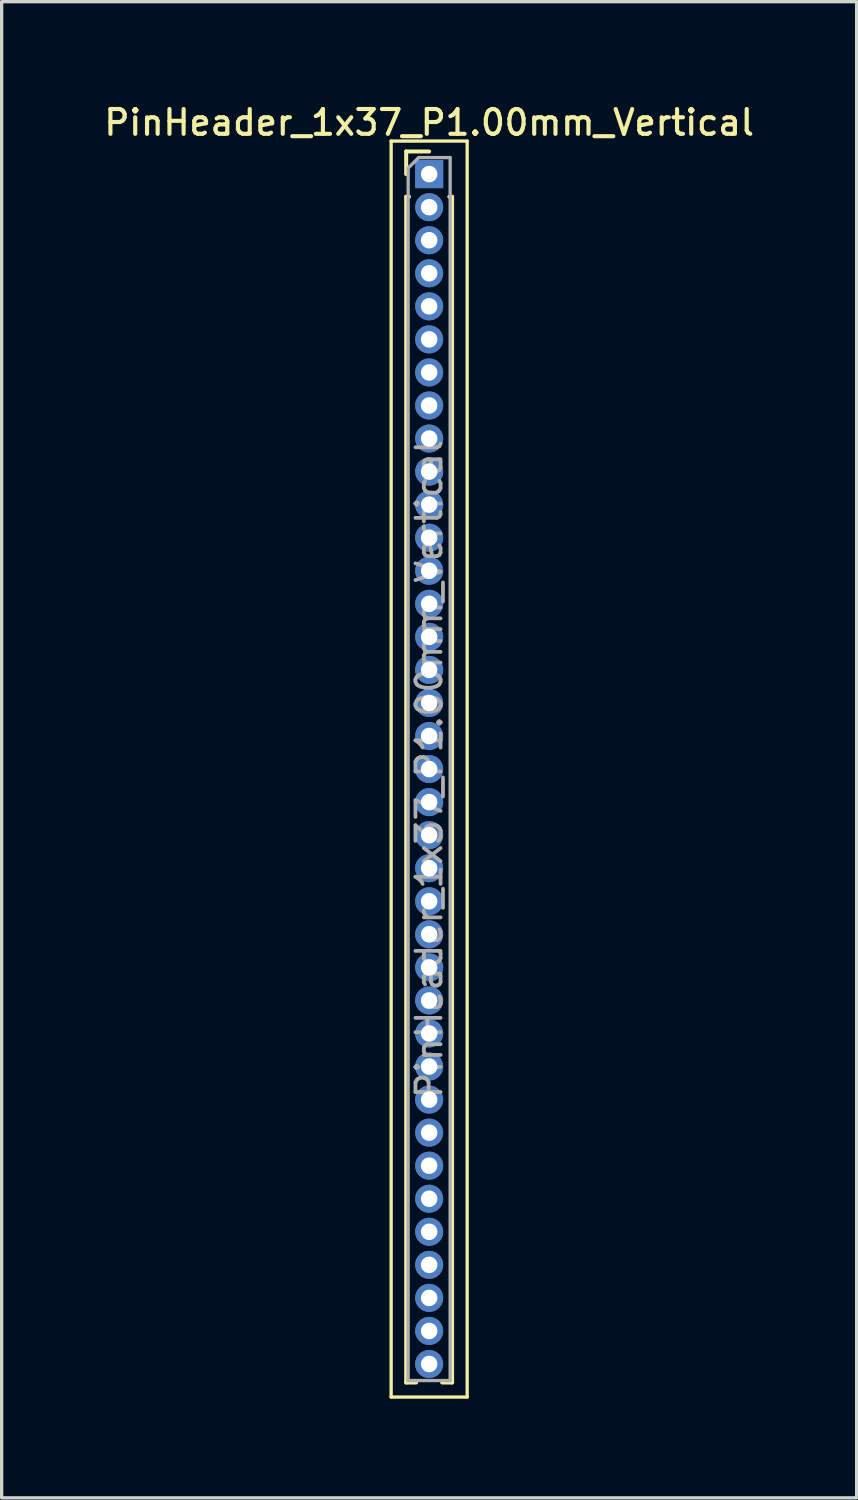
<source format=kicad_pcb>
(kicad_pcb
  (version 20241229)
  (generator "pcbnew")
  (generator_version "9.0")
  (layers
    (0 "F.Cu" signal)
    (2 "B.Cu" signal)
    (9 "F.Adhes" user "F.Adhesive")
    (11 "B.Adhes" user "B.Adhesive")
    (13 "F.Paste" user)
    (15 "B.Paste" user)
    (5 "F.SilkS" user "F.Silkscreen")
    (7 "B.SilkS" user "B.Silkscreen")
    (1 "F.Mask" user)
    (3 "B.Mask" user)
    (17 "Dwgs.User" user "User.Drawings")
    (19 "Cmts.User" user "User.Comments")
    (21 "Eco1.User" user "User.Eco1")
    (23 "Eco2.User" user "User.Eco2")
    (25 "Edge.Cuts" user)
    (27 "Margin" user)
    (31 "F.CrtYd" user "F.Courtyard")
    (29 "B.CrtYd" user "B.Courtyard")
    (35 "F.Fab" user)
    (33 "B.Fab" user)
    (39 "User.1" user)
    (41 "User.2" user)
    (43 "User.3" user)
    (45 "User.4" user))
  (footprint "PinHeader_1x37_P1.00mm_Vertical"
    (layer "F.Cu")
    (at 9.934 2.218)
    (property "Reference" "PinHeader_1x37_P1.00mm_Vertical" (at 0 -1.56 0) (layer "F.SilkS") (effects (font (size 0.75 0.75) (thickness 0.125))))
    (attr through_hole)
    (fp_line (start -1.15 -1) (end -1.15 37) (stroke (width 0.1) (type solid)) (layer "F.SilkS"))
    (fp_line (start -1.15 37) (end 1.15 37) (stroke (width 0.1) (type solid)) (layer "F.SilkS"))
    (fp_line (start -0.695 -0.685) (end 0 -0.685) (stroke (width 0.12) (type solid)) (layer "F.SilkS"))
    (fp_line (start -0.695 0) (end -0.695 -0.685) (stroke (width 0.12) (type solid)) (layer "F.SilkS"))
    (fp_line (start -0.695 0.685) (end -0.695 36.56) (stroke (width 0.12) (type solid)) (layer "F.SilkS"))
    (fp_line (start -0.695 0.685) (end -0.608 0.685) (stroke (width 0.12) (type solid)) (layer "F.SilkS"))
    (fp_line (start -0.695 36.56) (end -0.394 36.56) (stroke (width 0.12) (type solid)) (layer "F.SilkS"))
    (fp_line (start 0.394 36.56) (end 0.695 36.56) (stroke (width 0.12) (type solid)) (layer "F.SilkS"))
    (fp_line (start 0.608 0.685) (end 0.695 0.685) (stroke (width 0.12) (type solid)) (layer "F.SilkS"))
    (fp_line (start 0.695 0.685) (end 0.695 36.56) (stroke (width 0.12) (type solid)) (layer "F.SilkS"))
    (fp_line (start 1.15 -1) (end -1.15 -1) (stroke (width 0.1) (type solid)) (layer "F.SilkS"))
    (fp_line (start 1.15 37) (end 1.15 -1) (stroke (width 0.1) (type solid)) (layer "F.SilkS"))
    (fp_line (start -0.635 -0.182) (end -0.318 -0.5) (stroke (width 0.1) (type solid)) (layer "F.Fab"))
    (fp_line (start -0.635 36.5) (end -0.635 -0.182) (stroke (width 0.1) (type solid)) (layer "F.Fab"))
    (fp_line (start -0.318 -0.5) (end 0.635 -0.5) (stroke (width 0.1) (type solid)) (layer "F.Fab"))
    (fp_line (start 0.635 -0.5) (end 0.635 36.5) (stroke (width 0.1) (type solid)) (layer "F.Fab"))
    (fp_line (start 0.635 36.5) (end -0.635 36.5) (stroke (width 0.1) (type solid)) (layer "F.Fab"))
    (fp_text user "${REFERENCE}" (at 0 18 90) (layer "F.Fab") (effects (font (size 0.76 0.76) (thickness 0.114))))
    (pad "1" thru_hole rect (at 0 0) (size 0.85 0.85) (drill 0.5) (layers "*.Cu" "*.Mask"))
    (pad "2" thru_hole oval (at 0 1) (size 0.85 0.85) (drill 0.5) (layers "*.Cu" "*.Mask"))
    (pad "3" thru_hole oval (at 0 2) (size 0.85 0.85) (drill 0.5) (layers "*.Cu" "*.Mask"))
    (pad "4" thru_hole oval (at 0 3) (size 0.85 0.85) (drill 0.5) (layers "*.Cu" "*.Mask"))
    (pad "5" thru_hole oval (at 0 4) (size 0.85 0.85) (drill 0.5) (layers "*.Cu" "*.Mask"))
    (pad "6" thru_hole oval (at 0 5) (size 0.85 0.85) (drill 0.5) (layers "*.Cu" "*.Mask"))
    (pad "7" thru_hole oval (at 0 6) (size 0.85 0.85) (drill 0.5) (layers "*.Cu" "*.Mask"))
    (pad "8" thru_hole oval (at 0 7) (size 0.85 0.85) (drill 0.5) (layers "*.Cu" "*.Mask"))
    (pad "9" thru_hole oval (at 0 8) (size 0.85 0.85) (drill 0.5) (layers "*.Cu" "*.Mask"))
    (pad "10" thru_hole oval (at 0 9) (size 0.85 0.85) (drill 0.5) (layers "*.Cu" "*.Mask"))
    (pad "11" thru_hole oval (at 0 10) (size 0.85 0.85) (drill 0.5) (layers "*.Cu" "*.Mask"))
    (pad "12" thru_hole oval (at 0 11) (size 0.85 0.85) (drill 0.5) (layers "*.Cu" "*.Mask"))
    (pad "13" thru_hole oval (at 0 12) (size 0.85 0.85) (drill 0.5) (layers "*.Cu" "*.Mask"))
    (pad "14" thru_hole oval (at 0 13) (size 0.85 0.85) (drill 0.5) (layers "*.Cu" "*.Mask"))
    (pad "15" thru_hole oval (at 0 14) (size 0.85 0.85) (drill 0.5) (layers "*.Cu" "*.Mask"))
    (pad "16" thru_hole oval (at 0 15) (size 0.85 0.85) (drill 0.5) (layers "*.Cu" "*.Mask"))
    (pad "17" thru_hole oval (at 0 16) (size 0.85 0.85) (drill 0.5) (layers "*.Cu" "*.Mask"))
    (pad "18" thru_hole oval (at 0 17) (size 0.85 0.85) (drill 0.5) (layers "*.Cu" "*.Mask"))
    (pad "19" thru_hole oval (at 0 18) (size 0.85 0.85) (drill 0.5) (layers "*.Cu" "*.Mask"))
    (pad "20" thru_hole oval (at 0 19) (size 0.85 0.85) (drill 0.5) (layers "*.Cu" "*.Mask"))
    (pad "21" thru_hole oval (at 0 20) (size 0.85 0.85) (drill 0.5) (layers "*.Cu" "*.Mask"))
    (pad "22" thru_hole oval (at 0 21) (size 0.85 0.85) (drill 0.5) (layers "*.Cu" "*.Mask"))
    (pad "23" thru_hole oval (at 0 22) (size 0.85 0.85) (drill 0.5) (layers "*.Cu" "*.Mask"))
    (pad "24" thru_hole oval (at 0 23) (size 0.85 0.85) (drill 0.5) (layers "*.Cu" "*.Mask"))
    (pad "25" thru_hole oval (at 0 24) (size 0.85 0.85) (drill 0.5) (layers "*.Cu" "*.Mask"))
    (pad "26" thru_hole oval (at 0 25) (size 0.85 0.85) (drill 0.5) (layers "*.Cu" "*.Mask"))
    (pad "27" thru_hole oval (at 0 26) (size 0.85 0.85) (drill 0.5) (layers "*.Cu" "*.Mask"))
    (pad "28" thru_hole oval (at 0 27) (size 0.85 0.85) (drill 0.5) (layers "*.Cu" "*.Mask"))
    (pad "29" thru_hole oval (at 0 28) (size 0.85 0.85) (drill 0.5) (layers "*.Cu" "*.Mask"))
    (pad "30" thru_hole oval (at 0 29) (size 0.85 0.85) (drill 0.5) (layers "*.Cu" "*.Mask"))
    (pad "31" thru_hole oval (at 0 30) (size 0.85 0.85) (drill 0.5) (layers "*.Cu" "*.Mask"))
    (pad "32" thru_hole oval (at 0 31) (size 0.85 0.85) (drill 0.5) (layers "*.Cu" "*.Mask"))
    (pad "33" thru_hole oval (at 0 32) (size 0.85 0.85) (drill 0.5) (layers "*.Cu" "*.Mask"))
    (pad "34" thru_hole oval (at 0 33) (size 0.85 0.85) (drill 0.5) (layers "*.Cu" "*.Mask"))
    (pad "35" thru_hole oval (at 0 34) (size 0.85 0.85) (drill 0.5) (layers "*.Cu" "*.Mask"))
    (pad "36" thru_hole oval (at 0 35) (size 0.85 0.85) (drill 0.5) (layers "*.Cu" "*.Mask"))
    (pad "37" thru_hole oval (at 0 36) (size 0.85 0.85) (drill 0.5) (layers "*.Cu" "*.Mask")))
  (gr_rect
    (start -3 -3)
    (end 22.868 42.268)
    (stroke (width 0.1) (type default))
    (fill no)
    (layer "Edge.Cuts")))
</source>
